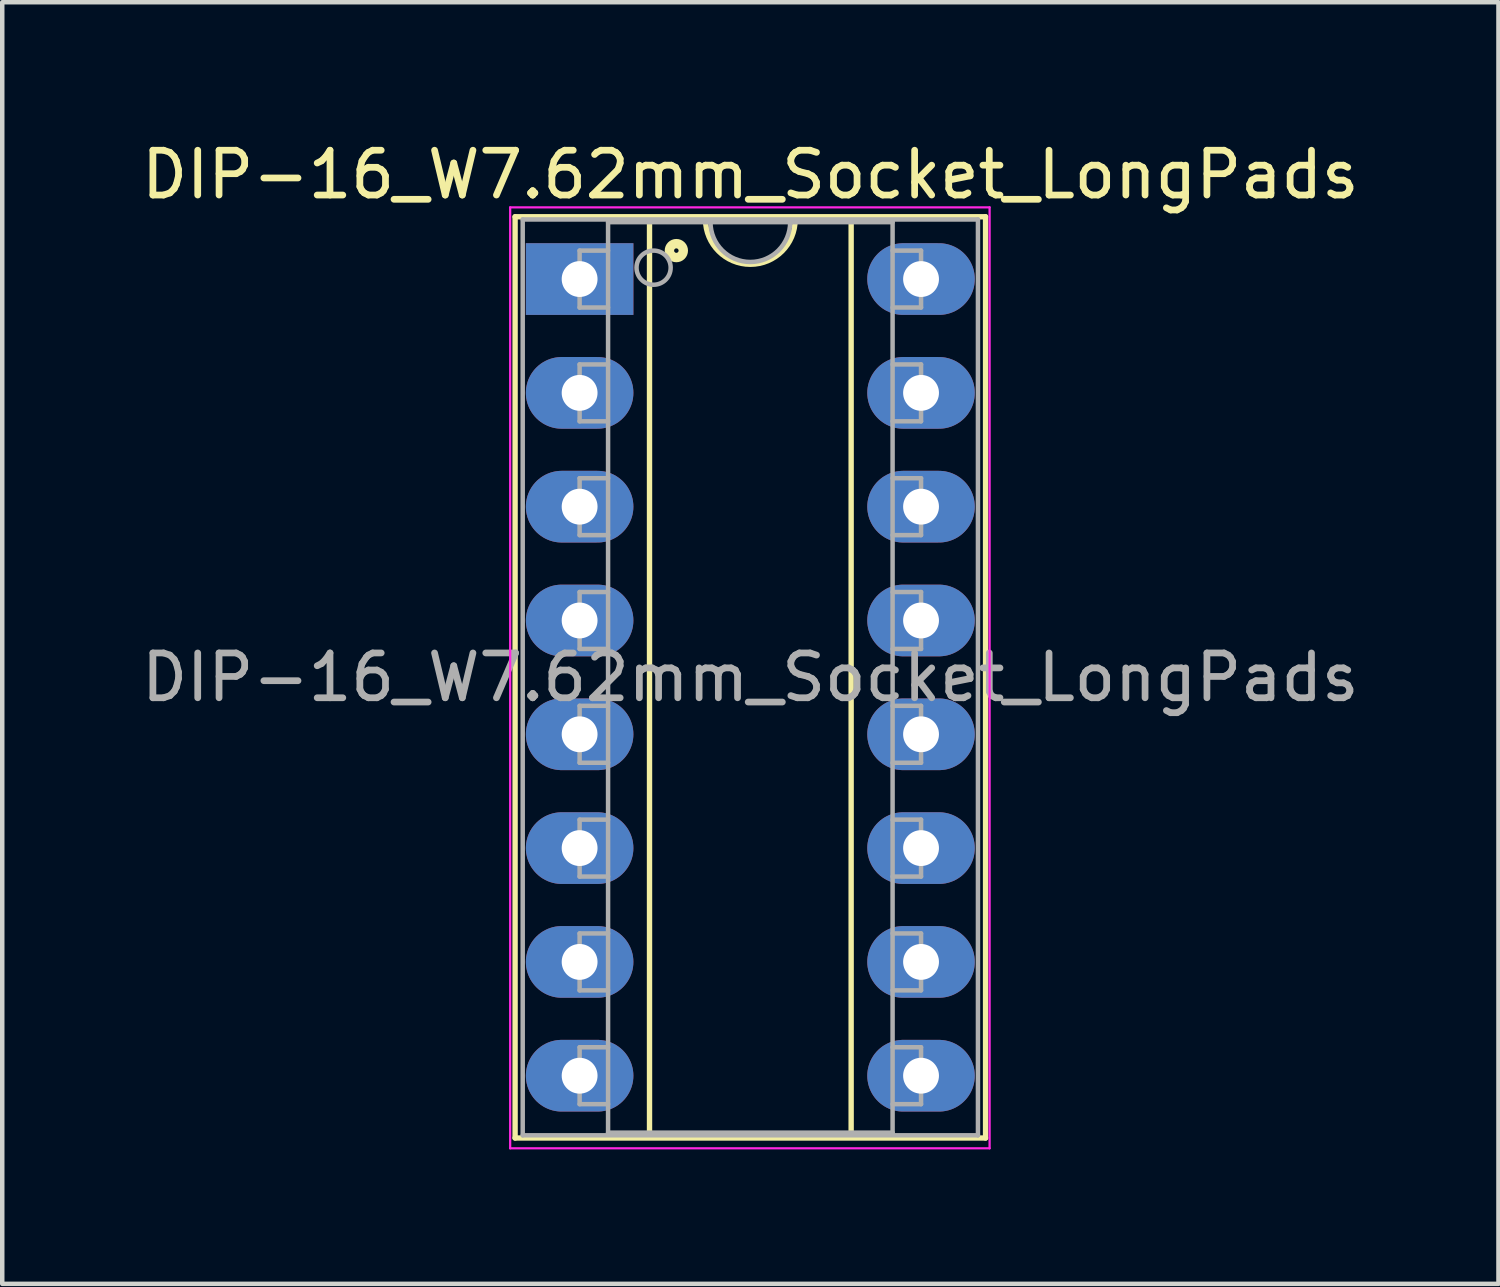
<source format=kicad_pcb>
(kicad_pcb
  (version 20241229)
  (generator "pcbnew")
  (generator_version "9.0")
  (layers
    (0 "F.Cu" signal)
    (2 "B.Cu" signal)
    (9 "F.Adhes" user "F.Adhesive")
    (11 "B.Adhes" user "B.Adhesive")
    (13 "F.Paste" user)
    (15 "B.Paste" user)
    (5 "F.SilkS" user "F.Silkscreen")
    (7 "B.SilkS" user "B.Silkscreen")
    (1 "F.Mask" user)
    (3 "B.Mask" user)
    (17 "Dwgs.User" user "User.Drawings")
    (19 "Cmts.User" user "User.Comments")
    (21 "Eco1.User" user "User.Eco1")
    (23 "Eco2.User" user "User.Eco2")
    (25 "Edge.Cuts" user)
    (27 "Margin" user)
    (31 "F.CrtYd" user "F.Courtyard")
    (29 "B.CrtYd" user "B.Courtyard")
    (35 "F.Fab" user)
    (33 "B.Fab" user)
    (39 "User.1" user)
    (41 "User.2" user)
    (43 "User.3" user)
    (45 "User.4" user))
  (footprint "DIP-16_W7.62mm_Socket_LongPads"
    (layer "F.Cu")
    (at 9.886 3.178)
    (property "Reference" "DIP-16_W7.62mm_Socket_LongPads" (at 3.81 -2.33 0) (layer "F.SilkS") (effects (font (size 1 1) (thickness 0.15))))
    (attr through_hole)
    (fp_line (start -1.44 -1.39) (end -1.44 19.17) (stroke (width 0.12) (type solid)) (layer "F.SilkS"))
    (fp_line (start -1.44 19.17) (end 9.06 19.17) (stroke (width 0.12) (type solid)) (layer "F.SilkS"))
    (fp_line (start 1.56 -1.33) (end 1.56 19.11) (stroke (width 0.12) (type solid)) (layer "F.SilkS"))
    (fp_line (start 1.56 19.11) (end 6.06 19.11) (stroke (width 0.12) (type solid)) (layer "F.SilkS"))
    (fp_line (start 2.81 -1.33) (end 1.56 -1.33) (stroke (width 0.12) (type solid)) (layer "F.SilkS"))
    (fp_line (start 6.06 -1.33) (end 4.81 -1.33) (stroke (width 0.12) (type solid)) (layer "F.SilkS"))
    (fp_line (start 6.06 19.11) (end 6.06 -1.33) (stroke (width 0.12) (type solid)) (layer "F.SilkS"))
    (fp_line (start 9.06 -1.39) (end -1.44 -1.39) (stroke (width 0.12) (type solid)) (layer "F.SilkS"))
    (fp_line (start 9.06 19.17) (end 9.06 -1.39) (stroke (width 0.12) (type solid)) (layer "F.SilkS"))
    (fp_arc (start 4.81 -1.33) (mid 3.81 -0.33) (end 2.81 -1.33) (stroke (width 0.12) (type solid)) (layer "F.SilkS"))
    (fp_circle (center 2.159 -0.635) (end 2.209 -0.635) (stroke (width 0.12) (type solid)) (fill no) (layer "F.SilkS"))
    (fp_circle (center 2.159 -0.635) (end 2.284 -0.635) (stroke (width 0.12) (type solid)) (fill no) (layer "F.SilkS"))
    (fp_circle (center 2.159 -0.635) (end 2.359 -0.635) (stroke (width 0.12) (type solid)) (fill no) (layer "F.SilkS"))
    (fp_line (start -1.55 -1.6) (end -1.55 19.4) (stroke (width 0.05) (type solid)) (layer "F.CrtYd"))
    (fp_line (start -1.55 19.4) (end 9.15 19.4) (stroke (width 0.05) (type solid)) (layer "F.CrtYd"))
    (fp_line (start 9.15 -1.6) (end -1.55 -1.6) (stroke (width 0.05) (type solid)) (layer "F.CrtYd"))
    (fp_line (start 9.15 19.4) (end 9.15 -1.6) (stroke (width 0.05) (type solid)) (layer "F.CrtYd"))
    (fp_line (start -1.27 -1.33) (end -1.27 19.11) (stroke (width 0.1) (type solid)) (layer "F.Fab"))
    (fp_line (start -1.27 19.11) (end 8.89 19.11) (stroke (width 0.1) (type solid)) (layer "F.Fab"))
    (fp_line (start 0 -0.635) (end 0 0.635) (stroke (width 0.1) (type solid)) (layer "F.Fab"))
    (fp_line (start 0 -0.635) (end 0.635 -0.635) (stroke (width 0.1) (type solid)) (layer "F.Fab"))
    (fp_line (start 0 0.635) (end 0.635 0.635) (stroke (width 0.1) (type solid)) (layer "F.Fab"))
    (fp_line (start 0 1.905) (end 0 3.175) (stroke (width 0.1) (type solid)) (layer "F.Fab"))
    (fp_line (start 0 1.905) (end 0.635 1.905) (stroke (width 0.1) (type solid)) (layer "F.Fab"))
    (fp_line (start 0 3.175) (end 0.635 3.175) (stroke (width 0.1) (type solid)) (layer "F.Fab"))
    (fp_line (start 0 4.445) (end 0 5.715) (stroke (width 0.1) (type solid)) (layer "F.Fab"))
    (fp_line (start 0 4.445) (end 0.635 4.445) (stroke (width 0.1) (type solid)) (layer "F.Fab"))
    (fp_line (start 0 5.715) (end 0.635 5.715) (stroke (width 0.1) (type solid)) (layer "F.Fab"))
    (fp_line (start 0 6.985) (end 0 8.255) (stroke (width 0.1) (type solid)) (layer "F.Fab"))
    (fp_line (start 0 6.985) (end 0.635 6.985) (stroke (width 0.1) (type solid)) (layer "F.Fab"))
    (fp_line (start 0 8.255) (end 0.635 8.255) (stroke (width 0.1) (type solid)) (layer "F.Fab"))
    (fp_line (start 0 9.525) (end 0 10.795) (stroke (width 0.1) (type solid)) (layer "F.Fab"))
    (fp_line (start 0 9.525) (end 0.635 9.525) (stroke (width 0.1) (type solid)) (layer "F.Fab"))
    (fp_line (start 0 10.795) (end 0.635 10.795) (stroke (width 0.1) (type solid)) (layer "F.Fab"))
    (fp_line (start 0 12.065) (end 0 13.335) (stroke (width 0.1) (type solid)) (layer "F.Fab"))
    (fp_line (start 0 12.065) (end 0.635 12.065) (stroke (width 0.1) (type solid)) (layer "F.Fab"))
    (fp_line (start 0 13.335) (end 0.635 13.335) (stroke (width 0.1) (type solid)) (layer "F.Fab"))
    (fp_line (start 0 14.605) (end 0 15.875) (stroke (width 0.1) (type solid)) (layer "F.Fab"))
    (fp_line (start 0 14.605) (end 0.635 14.605) (stroke (width 0.1) (type solid)) (layer "F.Fab"))
    (fp_line (start 0 15.875) (end 0.635 15.875) (stroke (width 0.1) (type solid)) (layer "F.Fab"))
    (fp_line (start 0 17.145) (end 0 18.415) (stroke (width 0.1) (type solid)) (layer "F.Fab"))
    (fp_line (start 0 17.145) (end 0.635 17.145) (stroke (width 0.1) (type solid)) (layer "F.Fab"))
    (fp_line (start 0 18.415) (end 0.635 18.415) (stroke (width 0.1) (type solid)) (layer "F.Fab"))
    (fp_line (start 0.635 -1.27) (end 6.985 -1.27) (stroke (width 0.1) (type solid)) (layer "F.Fab"))
    (fp_line (start 0.635 19.05) (end 0.635 -1.27) (stroke (width 0.1) (type solid)) (layer "F.Fab"))
    (fp_line (start 6.985 -1.27) (end 6.985 19.05) (stroke (width 0.1) (type solid)) (layer "F.Fab"))
    (fp_line (start 6.985 19.05) (end 0.635 19.05) (stroke (width 0.1) (type solid)) (layer "F.Fab"))
    (fp_line (start 7.62 -0.635) (end 6.985 -0.635) (stroke (width 0.1) (type solid)) (layer "F.Fab"))
    (fp_line (start 7.62 0.635) (end 6.985 0.635) (stroke (width 0.1) (type solid)) (layer "F.Fab"))
    (fp_line (start 7.62 0.635) (end 7.62 -0.635) (stroke (width 0.1) (type solid)) (layer "F.Fab"))
    (fp_line (start 7.62 1.905) (end 6.985 1.905) (stroke (width 0.1) (type solid)) (layer "F.Fab"))
    (fp_line (start 7.62 3.175) (end 6.985 3.175) (stroke (width 0.1) (type solid)) (layer "F.Fab"))
    (fp_line (start 7.62 3.175) (end 7.62 1.905) (stroke (width 0.1) (type solid)) (layer "F.Fab"))
    (fp_line (start 7.62 4.445) (end 6.985 4.445) (stroke (width 0.1) (type solid)) (layer "F.Fab"))
    (fp_line (start 7.62 5.715) (end 6.985 5.715) (stroke (width 0.1) (type solid)) (layer "F.Fab"))
    (fp_line (start 7.62 5.715) (end 7.62 4.445) (stroke (width 0.1) (type solid)) (layer "F.Fab"))
    (fp_line (start 7.62 6.985) (end 6.985 6.985) (stroke (width 0.1) (type solid)) (layer "F.Fab"))
    (fp_line (start 7.62 8.255) (end 6.985 8.255) (stroke (width 0.1) (type solid)) (layer "F.Fab"))
    (fp_line (start 7.62 8.255) (end 7.62 6.985) (stroke (width 0.1) (type solid)) (layer "F.Fab"))
    (fp_line (start 7.62 9.525) (end 6.985 9.525) (stroke (width 0.1) (type solid)) (layer "F.Fab"))
    (fp_line (start 7.62 10.795) (end 6.985 10.795) (stroke (width 0.1) (type solid)) (layer "F.Fab"))
    (fp_line (start 7.62 10.795) (end 7.62 9.525) (stroke (width 0.1) (type solid)) (layer "F.Fab"))
    (fp_line (start 7.62 12.065) (end 6.985 12.065) (stroke (width 0.1) (type solid)) (layer "F.Fab"))
    (fp_line (start 7.62 13.335) (end 6.985 13.335) (stroke (width 0.1) (type solid)) (layer "F.Fab"))
    (fp_line (start 7.62 13.335) (end 7.62 12.065) (stroke (width 0.1) (type solid)) (layer "F.Fab"))
    (fp_line (start 7.62 14.605) (end 6.985 14.605) (stroke (width 0.1) (type solid)) (layer "F.Fab"))
    (fp_line (start 7.62 15.875) (end 6.985 15.875) (stroke (width 0.1) (type solid)) (layer "F.Fab"))
    (fp_line (start 7.62 15.875) (end 7.62 14.605) (stroke (width 0.1) (type solid)) (layer "F.Fab"))
    (fp_line (start 7.62 17.145) (end 6.985 17.145) (stroke (width 0.1) (type solid)) (layer "F.Fab"))
    (fp_line (start 7.62 18.415) (end 6.985 18.415) (stroke (width 0.1) (type solid)) (layer "F.Fab"))
    (fp_line (start 7.62 18.415) (end 7.62 17.145) (stroke (width 0.1) (type solid)) (layer "F.Fab"))
    (fp_line (start 8.89 -1.33) (end -1.27 -1.33) (stroke (width 0.1) (type solid)) (layer "F.Fab"))
    (fp_line (start 8.89 19.11) (end 8.89 -1.33) (stroke (width 0.1) (type solid)) (layer "F.Fab"))
    (fp_arc (start 4.699 -1.27) (mid 3.81 -0.381) (end 2.921 -1.27) (stroke (width 0.1) (type solid)) (layer "F.Fab"))
    (fp_circle (center 1.651 -0.254) (end 2.032 -0.254) (stroke (width 0.1) (type solid)) (fill no) (layer "F.Fab"))
    (fp_text user "${REFERENCE}" (at 3.81 8.89 0) (layer "F.Fab") (effects (font (size 1 1) (thickness 0.15))))
    (pad "1" thru_hole rect (at 0 0) (size 2.4 1.6) (drill 0.8) (layers "*.Cu" "*.Mask"))
    (pad "2" thru_hole oval (at 0 2.54) (size 2.4 1.6) (drill 0.8) (layers "*.Cu" "*.Mask"))
    (pad "3" thru_hole oval (at 0 5.08) (size 2.4 1.6) (drill 0.8) (layers "*.Cu" "*.Mask"))
    (pad "4" thru_hole oval (at 0 7.62) (size 2.4 1.6) (drill 0.8) (layers "*.Cu" "*.Mask"))
    (pad "5" thru_hole oval (at 0 10.16) (size 2.4 1.6) (drill 0.8) (layers "*.Cu" "*.Mask"))
    (pad "6" thru_hole oval (at 0 12.7) (size 2.4 1.6) (drill 0.8) (layers "*.Cu" "*.Mask"))
    (pad "7" thru_hole oval (at 0 15.24) (size 2.4 1.6) (drill 0.8) (layers "*.Cu" "*.Mask"))
    (pad "8" thru_hole oval (at 0 17.78) (size 2.4 1.6) (drill 0.8) (layers "*.Cu" "*.Mask"))
    (pad "9" thru_hole oval (at 7.62 17.78) (size 2.4 1.6) (drill 0.8) (layers "*.Cu" "*.Mask"))
    (pad "10" thru_hole oval (at 7.62 15.24) (size 2.4 1.6) (drill 0.8) (layers "*.Cu" "*.Mask"))
    (pad "11" thru_hole oval (at 7.62 12.7) (size 2.4 1.6) (drill 0.8) (layers "*.Cu" "*.Mask"))
    (pad "12" thru_hole oval (at 7.62 10.16) (size 2.4 1.6) (drill 0.8) (layers "*.Cu" "*.Mask"))
    (pad "13" thru_hole oval (at 7.62 7.62) (size 2.4 1.6) (drill 0.8) (layers "*.Cu" "*.Mask"))
    (pad "14" thru_hole oval (at 7.62 5.08) (size 2.4 1.6) (drill 0.8) (layers "*.Cu" "*.Mask"))
    (pad "15" thru_hole oval (at 7.62 2.54) (size 2.4 1.6) (drill 0.8) (layers "*.Cu" "*.Mask"))
    (pad "16" thru_hole oval (at 7.62 0) (size 2.4 1.6) (drill 0.8) (layers "*.Cu" "*.Mask")))
  (gr_rect
    (start -3 -3)
    (end 30.393 25.603)
    (stroke (width 0.1) (type default))
    (fill no)
    (layer "Edge.Cuts")))
</source>
